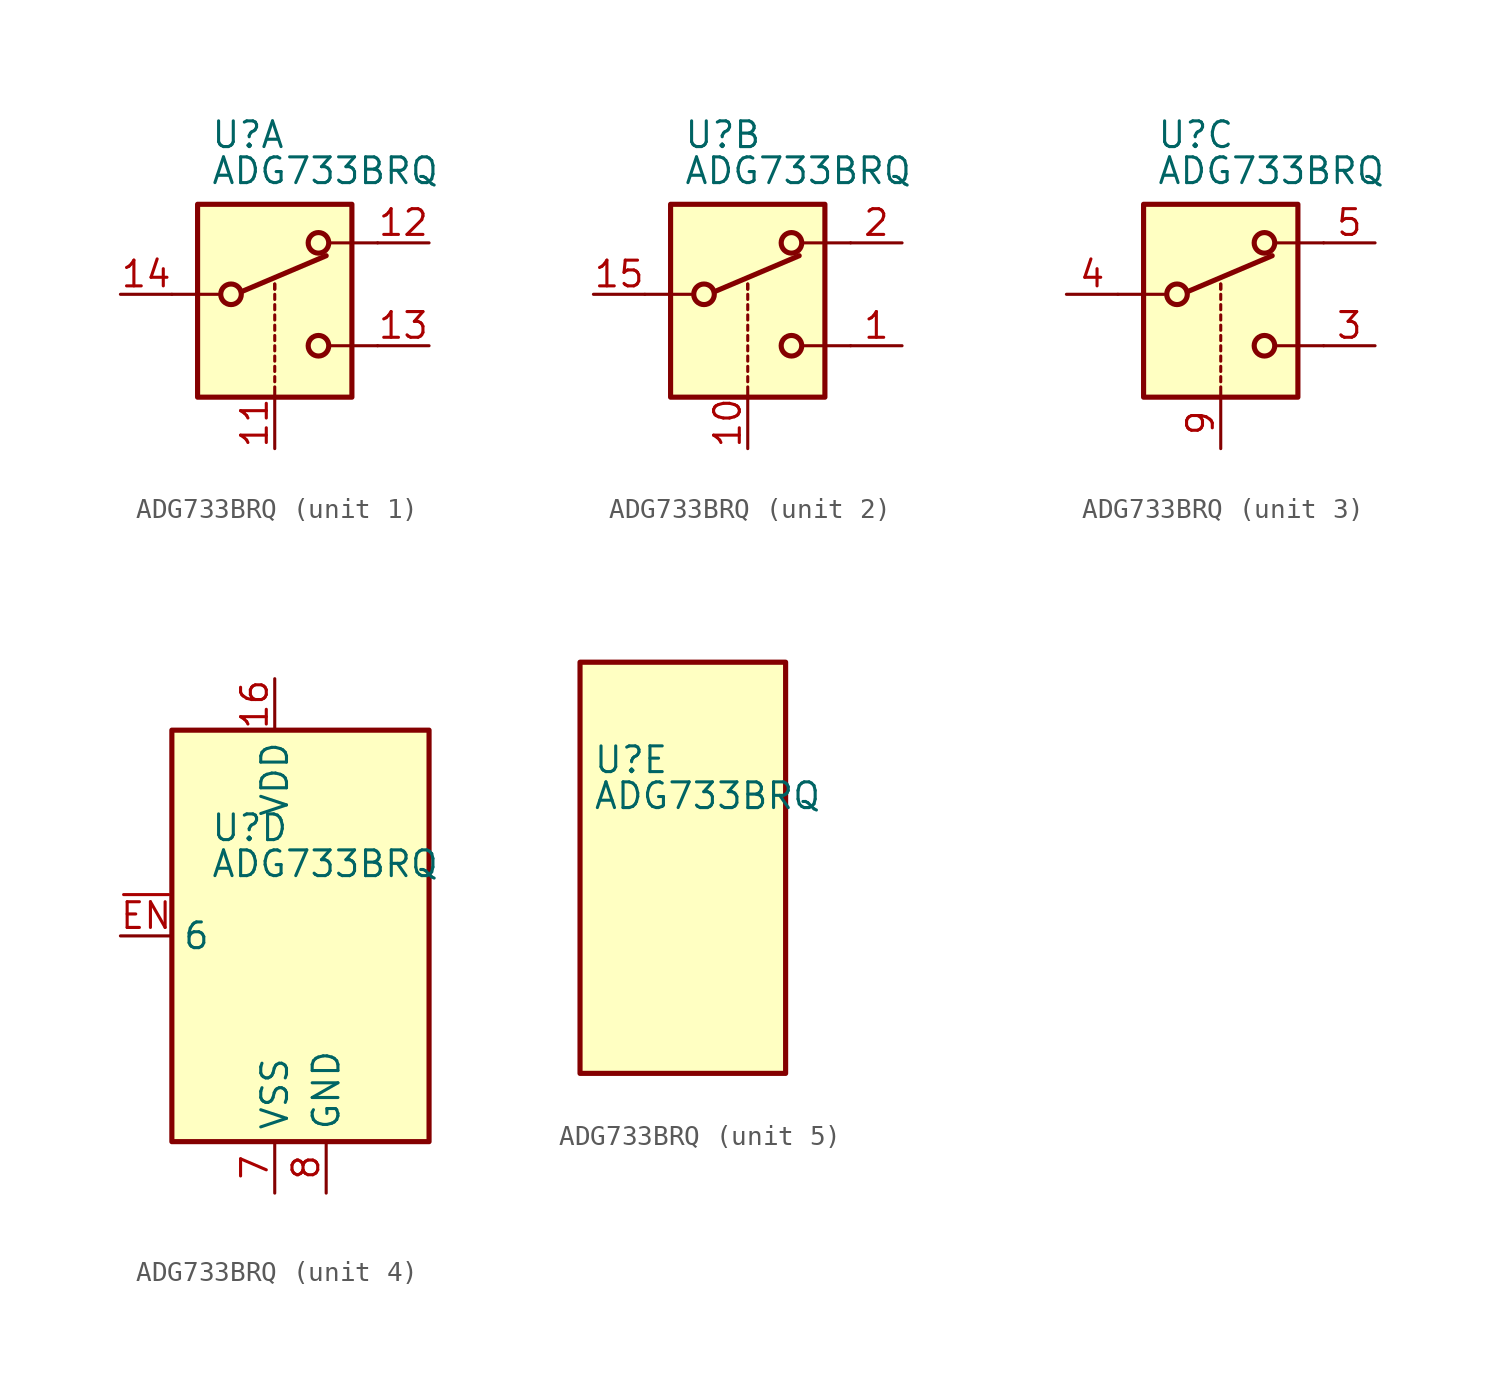
<source format=kicad_sym>
(kicad_symbol_lib
  (version 20211014)
  (generator kicad_symbol_editor)
  (symbol "ADG733BRQ"
    (property "Reference" "U"
      (at -3.175 5.334 0)
      (effects (font (size 1.27 1.27)) (justify left)))
    (property "Value" "ADG733BRQ"
      (at -3.175 3.556 0)
      (effects (font (size 1.27 1.27)) (justify left)))
    (symbol "ADG733BRQ_1_1"
      (rectangle (start -3.81 1.905) (end 3.81 -7.62) (stroke (width 0.254) (type default) (color 0 0 0 0)) (fill (type background)))
      (circle (center -2.159 -2.54) (radius 0.508) (stroke (width 0.254) (type default) (color 0 0 0 0)) (fill (type none)))
      (polyline (pts (xy -5.08 -2.54) (xy -2.794 -2.54)) (stroke (width 0) (type default) (color 0 0 0 0)) (fill (type none)))
      (polyline (pts (xy -1.651 -2.413) (xy 2.54 -0.635)) (stroke (width 0.254) (type default) (color 0 0 0 0)) (fill (type none)))
      (polyline (pts (xy 0 -7.62) (xy 0 -7.112)) (stroke (width 0) (type default) (color 0 0 0 0)) (fill (type none)))
      (polyline (pts (xy 0 -6.858) (xy 0 -6.604)) (stroke (width 0) (type default) (color 0 0 0 0)) (fill (type none)))
      (polyline (pts (xy 0 -6.35) (xy 0 -6.096)) (stroke (width 0) (type default) (color 0 0 0 0)) (fill (type none)))
      (polyline (pts (xy 0 -5.842) (xy 0 -5.588)) (stroke (width 0) (type default) (color 0 0 0 0)) (fill (type none)))
      (polyline (pts (xy 0 -5.334) (xy 0 -5.08)) (stroke (width 0) (type default) (color 0 0 0 0)) (fill (type none)))
      (polyline (pts (xy 0 -4.826) (xy 0 -4.572)) (stroke (width 0) (type default) (color 0 0 0 0)) (fill (type none)))
      (polyline (pts (xy 0 -4.318) (xy 0 -4.064)) (stroke (width 0) (type default) (color 0 0 0 0)) (fill (type none)))
      (polyline (pts (xy 0 -3.81) (xy 0 -3.556)) (stroke (width 0) (type default) (color 0 0 0 0)) (fill (type none)))
      (polyline (pts (xy 0 -3.302) (xy 0 -3.048)) (stroke (width 0) (type default) (color 0 0 0 0)) (fill (type none)))
      (polyline (pts (xy 0 -2.794) (xy 0 -2.54)) (stroke (width 0) (type default) (color 0 0 0 0)) (fill (type none)))
      (polyline (pts (xy 0 -2.286) (xy 0 -2.032)) (stroke (width 0) (type default) (color 0 0 0 0)) (fill (type none)))
      (polyline (pts (xy 0 -2.286) (xy 0 -2.032)) (stroke (width 0) (type default) (color 0 0 0 0)) (fill (type none)))
      (polyline (pts (xy 5.08 -5.08) (xy 2.794 -5.08)) (stroke (width 0) (type default) (color 0 0 0 0)) (fill (type none)))
      (polyline (pts (xy 5.08 0) (xy 2.794 0)) (stroke (width 0) (type default) (color 0 0 0 0)) (fill (type none)))
      (circle (center 2.159 -5.08) (radius 0.508) (stroke (width 0.254) (type default) (color 0 0 0 0)) (fill (type none)))
      (circle (center 2.159 0) (radius 0.508) (stroke (width 0.254) (type default) (color 0 0 0 0)) (fill (type none)))
      (pin input line (at 0 -10.16 90) (length 2.54) (name "~" (effects (font (size 1.27 1.27)))) (number "11" (effects (font (size 1.27 1.27)))))
      (pin passive line (at 7.62 0 180) (length 2.54) (name "~" (effects (font (size 1.27 1.27)))) (number "12" (effects (font (size 1.27 1.27)))))
      (pin passive line (at 7.62 -5.08 180) (length 2.54) (name "~" (effects (font (size 1.27 1.27)))) (number "13" (effects (font (size 1.27 1.27)))))
      (pin passive line (at -7.62 -2.54 0) (length 2.54) (name "~" (effects (font (size 1.27 1.27)))) (number "14" (effects (font (size 1.27 1.27))))))
    (symbol "ADG733BRQ_2_1"
      (rectangle (start -3.81 1.905) (end 3.81 -7.62) (stroke (width 0.254) (type default) (color 0 0 0 0)) (fill (type background)))
      (circle (center -2.159 -2.54) (radius 0.508) (stroke (width 0.254) (type default) (color 0 0 0 0)) (fill (type none)))
      (polyline (pts (xy -5.08 -2.54) (xy -2.794 -2.54)) (stroke (width 0) (type default) (color 0 0 0 0)) (fill (type none)))
      (polyline (pts (xy -1.651 -2.413) (xy 2.54 -0.635)) (stroke (width 0.254) (type default) (color 0 0 0 0)) (fill (type none)))
      (polyline (pts (xy 0 -7.62) (xy 0 -7.112)) (stroke (width 0) (type default) (color 0 0 0 0)) (fill (type none)))
      (polyline (pts (xy 0 -6.858) (xy 0 -6.604)) (stroke (width 0) (type default) (color 0 0 0 0)) (fill (type none)))
      (polyline (pts (xy 0 -6.35) (xy 0 -6.096)) (stroke (width 0) (type default) (color 0 0 0 0)) (fill (type none)))
      (polyline (pts (xy 0 -5.842) (xy 0 -5.588)) (stroke (width 0) (type default) (color 0 0 0 0)) (fill (type none)))
      (polyline (pts (xy 0 -5.334) (xy 0 -5.08)) (stroke (width 0) (type default) (color 0 0 0 0)) (fill (type none)))
      (polyline (pts (xy 0 -4.826) (xy 0 -4.572)) (stroke (width 0) (type default) (color 0 0 0 0)) (fill (type none)))
      (polyline (pts (xy 0 -4.318) (xy 0 -4.064)) (stroke (width 0) (type default) (color 0 0 0 0)) (fill (type none)))
      (polyline (pts (xy 0 -3.81) (xy 0 -3.556)) (stroke (width 0) (type default) (color 0 0 0 0)) (fill (type none)))
      (polyline (pts (xy 0 -3.302) (xy 0 -3.048)) (stroke (width 0) (type default) (color 0 0 0 0)) (fill (type none)))
      (polyline (pts (xy 0 -2.794) (xy 0 -2.54)) (stroke (width 0) (type default) (color 0 0 0 0)) (fill (type none)))
      (polyline (pts (xy 0 -2.286) (xy 0 -2.032)) (stroke (width 0) (type default) (color 0 0 0 0)) (fill (type none)))
      (polyline (pts (xy 0 -2.286) (xy 0 -2.032)) (stroke (width 0) (type default) (color 0 0 0 0)) (fill (type none)))
      (polyline (pts (xy 5.08 -5.08) (xy 2.794 -5.08)) (stroke (width 0) (type default) (color 0 0 0 0)) (fill (type none)))
      (polyline (pts (xy 5.08 0) (xy 2.794 0)) (stroke (width 0) (type default) (color 0 0 0 0)) (fill (type none)))
      (circle (center 2.159 -5.08) (radius 0.508) (stroke (width 0.254) (type default) (color 0 0 0 0)) (fill (type none)))
      (circle (center 2.159 0) (radius 0.508) (stroke (width 0.254) (type default) (color 0 0 0 0)) (fill (type none)))
      (pin passive line (at 7.62 -5.08 180) (length 2.54) (name "~" (effects (font (size 1.27 1.27)))) (number "1" (effects (font (size 1.27 1.27)))))
      (pin input line (at 0 -10.16 90) (length 2.54) (name "~" (effects (font (size 1.27 1.27)))) (number "10" (effects (font (size 1.27 1.27)))))
      (pin passive line (at -7.62 -2.54 0) (length 2.54) (name "~" (effects (font (size 1.27 1.27)))) (number "15" (effects (font (size 1.27 1.27)))))
      (pin passive line (at 7.62 0 180) (length 2.54) (name "~" (effects (font (size 1.27 1.27)))) (number "2" (effects (font (size 1.27 1.27))))))
    (symbol "ADG733BRQ_3_1"
      (rectangle (start -3.81 1.905) (end 3.81 -7.62) (stroke (width 0.254) (type default) (color 0 0 0 0)) (fill (type background)))
      (circle (center -2.159 -2.54) (radius 0.508) (stroke (width 0.254) (type default) (color 0 0 0 0)) (fill (type none)))
      (polyline (pts (xy -5.08 -2.54) (xy -2.794 -2.54)) (stroke (width 0) (type default) (color 0 0 0 0)) (fill (type none)))
      (polyline (pts (xy -1.651 -2.413) (xy 2.54 -0.635)) (stroke (width 0.254) (type default) (color 0 0 0 0)) (fill (type none)))
      (polyline (pts (xy 0 -7.62) (xy 0 -7.112)) (stroke (width 0) (type default) (color 0 0 0 0)) (fill (type none)))
      (polyline (pts (xy 0 -6.858) (xy 0 -6.604)) (stroke (width 0) (type default) (color 0 0 0 0)) (fill (type none)))
      (polyline (pts (xy 0 -6.35) (xy 0 -6.096)) (stroke (width 0) (type default) (color 0 0 0 0)) (fill (type none)))
      (polyline (pts (xy 0 -5.842) (xy 0 -5.588)) (stroke (width 0) (type default) (color 0 0 0 0)) (fill (type none)))
      (polyline (pts (xy 0 -5.334) (xy 0 -5.08)) (stroke (width 0) (type default) (color 0 0 0 0)) (fill (type none)))
      (polyline (pts (xy 0 -4.826) (xy 0 -4.572)) (stroke (width 0) (type default) (color 0 0 0 0)) (fill (type none)))
      (polyline (pts (xy 0 -4.318) (xy 0 -4.064)) (stroke (width 0) (type default) (color 0 0 0 0)) (fill (type none)))
      (polyline (pts (xy 0 -3.81) (xy 0 -3.556)) (stroke (width 0) (type default) (color 0 0 0 0)) (fill (type none)))
      (polyline (pts (xy 0 -3.302) (xy 0 -3.048)) (stroke (width 0) (type default) (color 0 0 0 0)) (fill (type none)))
      (polyline (pts (xy 0 -2.794) (xy 0 -2.54)) (stroke (width 0) (type default) (color 0 0 0 0)) (fill (type none)))
      (polyline (pts (xy 0 -2.286) (xy 0 -2.032)) (stroke (width 0) (type default) (color 0 0 0 0)) (fill (type none)))
      (polyline (pts (xy 0 -2.286) (xy 0 -2.032)) (stroke (width 0) (type default) (color 0 0 0 0)) (fill (type none)))
      (polyline (pts (xy 5.08 -5.08) (xy 2.794 -5.08)) (stroke (width 0) (type default) (color 0 0 0 0)) (fill (type none)))
      (polyline (pts (xy 5.08 0) (xy 2.794 0)) (stroke (width 0) (type default) (color 0 0 0 0)) (fill (type none)))
      (circle (center 2.159 -5.08) (radius 0.508) (stroke (width 0.254) (type default) (color 0 0 0 0)) (fill (type none)))
      (circle (center 2.159 0) (radius 0.508) (stroke (width 0.254) (type default) (color 0 0 0 0)) (fill (type none)))
      (pin passive line (at 7.62 -5.08 180) (length 2.54) (name "~" (effects (font (size 1.27 1.27)))) (number "3" (effects (font (size 1.27 1.27)))))
      (pin passive line (at -7.62 -2.54 0) (length 2.54) (name "~" (effects (font (size 1.27 1.27)))) (number "4" (effects (font (size 1.27 1.27)))))
      (pin passive line (at 7.62 0 180) (length 2.54) (name "~" (effects (font (size 1.27 1.27)))) (number "5" (effects (font (size 1.27 1.27)))))
      (pin input line (at 0 -10.16 90) (length 2.54) (name "~" (effects (font (size 1.27 1.27)))) (number "9" (effects (font (size 1.27 1.27))))))
    (symbol "ADG733BRQ_4_0"
      (pin power_in line (at 0 12.7 270) (length 2.54) (name "VDD" (effects (font (size 1.27 1.27)))) (number "16" (effects (font (size 1.27 1.27)))))
      (pin power_in line (at 0 -12.7 90) (length 2.54) (name "VSS" (effects (font (size 1.27 1.27)))) (number "7" (effects (font (size 1.27 1.27)))))
      (pin power_in line (at 2.54 -12.7 90) (length 2.54) (name "GND" (effects (font (size 1.27 1.27)))) (number "8" (effects (font (size 1.27 1.27)))))
      (pin input line (at -7.62 0 0) (length 2.54) (name "6" (effects (font (size 1.27 1.27)))) (number "~{EN}" (effects (font (size 1.27 1.27))))))
    (symbol "ADG733BRQ_4_1"
      (rectangle (start -5.08 10.16) (end 7.62 -10.16) (stroke (width 0.254) (type default) (color 0 0 0 0)) (fill (type background))))
    (symbol "ADG733BRQ_5_1"
      (rectangle (start -3.81 10.16) (end 6.35 -10.16) (stroke (width 0.254) (type default) (color 0 0 0 0)) (fill (type background))))))
</source>
